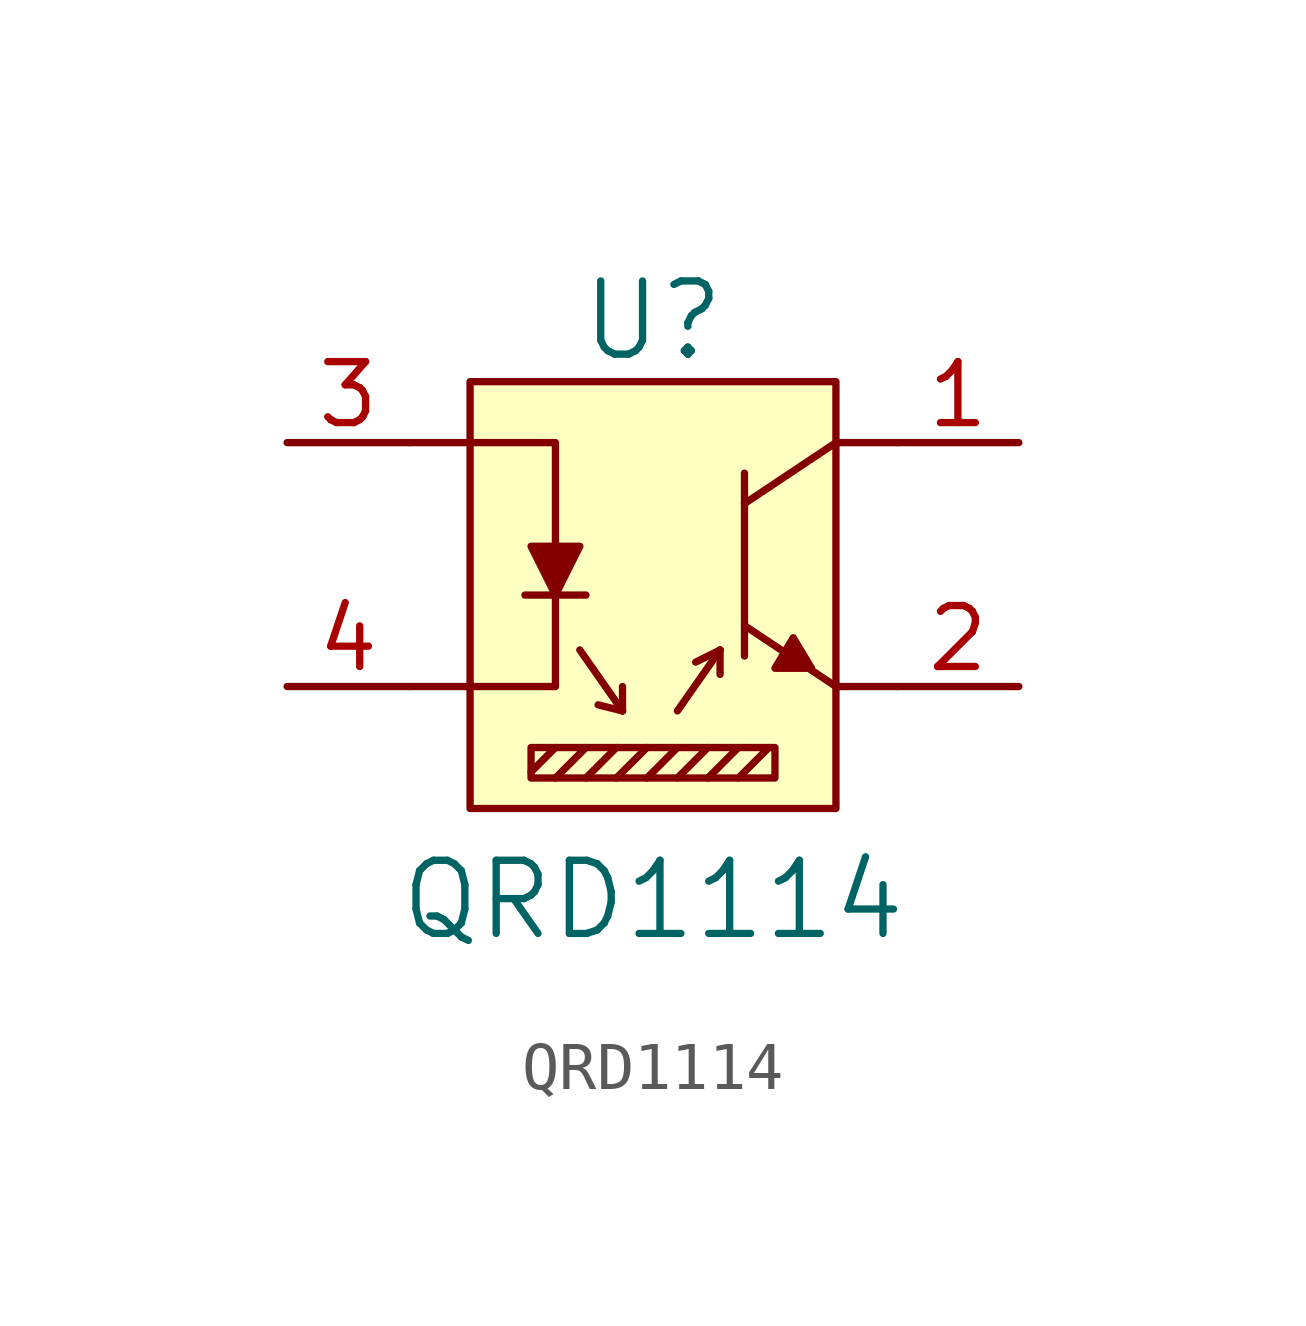
<source format=kicad_sym>
(kicad_symbol_lib
  (version 20201005)
  (generator kicad_symbol_editor)
  (symbol "QRD1114"
    (pin_names
      (offset 1.016))
    (property "Reference" "U"
      (at 0 5.08 0)
      (effects (font (size 1.524 1.524))))
    (property "Value" "QRD1114"
      (at 0 -6.985 0)
      (effects (font (size 1.524 1.524))))
    (symbol "QRD1114_0_1"
      (rectangle (start -3.81 3.81) (end 3.81 -5.08) (stroke (width 0)) (fill (type background)))
      (rectangle (start -2.54 -3.81) (end 2.54 -4.445) (stroke (width 0)) (fill (type none)))
      (polyline (pts (xy -2.667 -0.635) (xy -1.397 -0.635)) (stroke (width 0)) (fill (type none)))
      (polyline (pts (xy -2.54 -4.318) (xy -2.032 -3.81)) (stroke (width 0)) (fill (type none)))
      (polyline (pts (xy -2.032 -4.445) (xy -1.397 -3.81)) (stroke (width 0)) (fill (type none)))
      (polyline (pts (xy -1.524 -1.778) (xy -0.635 -3.048)) (stroke (width 0)) (fill (type none)))
      (polyline (pts (xy -1.397 -4.445) (xy -0.762 -3.81)) (stroke (width 0)) (fill (type none)))
      (polyline (pts (xy -0.762 -4.445) (xy -0.127 -3.81)) (stroke (width 0)) (fill (type none)))
      (polyline (pts (xy -0.635 -3.048) (xy -1.143 -2.921)) (stroke (width 0)) (fill (type none)))
      (polyline (pts (xy -0.635 -3.048) (xy -0.635 -2.54)) (stroke (width 0)) (fill (type none)))
      (polyline (pts (xy -0.127 -4.445) (xy 0.508 -3.81)) (stroke (width 0)) (fill (type none)))
      (polyline (pts (xy 0.508 -4.445) (xy 1.143 -3.81)) (stroke (width 0)) (fill (type none)))
      (polyline (pts (xy 0.508 -3.048) (xy 1.397 -1.778)) (stroke (width 0)) (fill (type none)))
      (polyline (pts (xy 1.143 -4.445) (xy 1.778 -3.81)) (stroke (width 0)) (fill (type none)))
      (polyline (pts (xy 1.397 -1.778) (xy 0.889 -2.032)) (stroke (width 0)) (fill (type none)))
      (polyline (pts (xy 1.397 -1.778) (xy 1.397 -2.286)) (stroke (width 0)) (fill (type none)))
      (polyline (pts (xy 1.778 -4.445) (xy 2.413 -3.81)) (stroke (width 0)) (fill (type none)))
      (polyline (pts (xy 1.905 -1.27) (xy 3.81 -2.54)) (stroke (width 0)) (fill (type none)))
      (polyline (pts (xy 1.905 1.905) (xy 1.905 -1.905)) (stroke (width 0)) (fill (type none)))
      (polyline (pts (xy 3.81 -2.54) (xy 5.08 -2.54)) (stroke (width 0)) (fill (type none)))
      (polyline (pts (xy 3.81 2.54) (xy 1.905 1.27)) (stroke (width 0)) (fill (type none)))
      (polyline (pts (xy 3.81 2.54) (xy 5.08 2.54)) (stroke (width 0)) (fill (type none)))
      (polyline (pts (xy -5.08 2.54) (xy -2.032 2.54) (xy -2.032 0.381)) (stroke (width 0)) (fill (type none)))
      (polyline (pts (xy -2.032 -0.635) (xy -2.032 -2.54) (xy -5.08 -2.54)) (stroke (width 0)) (fill (type none)))
      (polyline (pts (xy -2.54 0.381) (xy -1.524 0.381) (xy -2.032 -0.635) (xy -2.54 0.381)) (stroke (width 0)) (fill (type outline)))
      (polyline (pts (xy 2.921 -1.524) (xy 2.54 -2.159) (xy 3.302 -2.159) (xy 2.921 -1.524)) (stroke (width 0)) (fill (type outline))))
    (symbol "QRD1114_1_1"
      (pin passive line (at 7.62 2.54 180) (length 2.54) (name "~" (effects (font (size 1.27 1.27)))) (number "1" (effects (font (size 1.27 1.27)))))
      (pin passive line (at 7.62 -2.54 180) (length 2.54) (name "~" (effects (font (size 1.27 1.27)))) (number "2" (effects (font (size 1.27 1.27)))))
      (pin passive line (at -7.62 2.54 0) (length 2.54) (name "~" (effects (font (size 1.27 1.27)))) (number "3" (effects (font (size 1.27 1.27)))))
      (pin passive line (at -7.62 -2.54 0) (length 2.54) (name "~" (effects (font (size 1.27 1.27)))) (number "4" (effects (font (size 1.27 1.27))))))))
</source>
